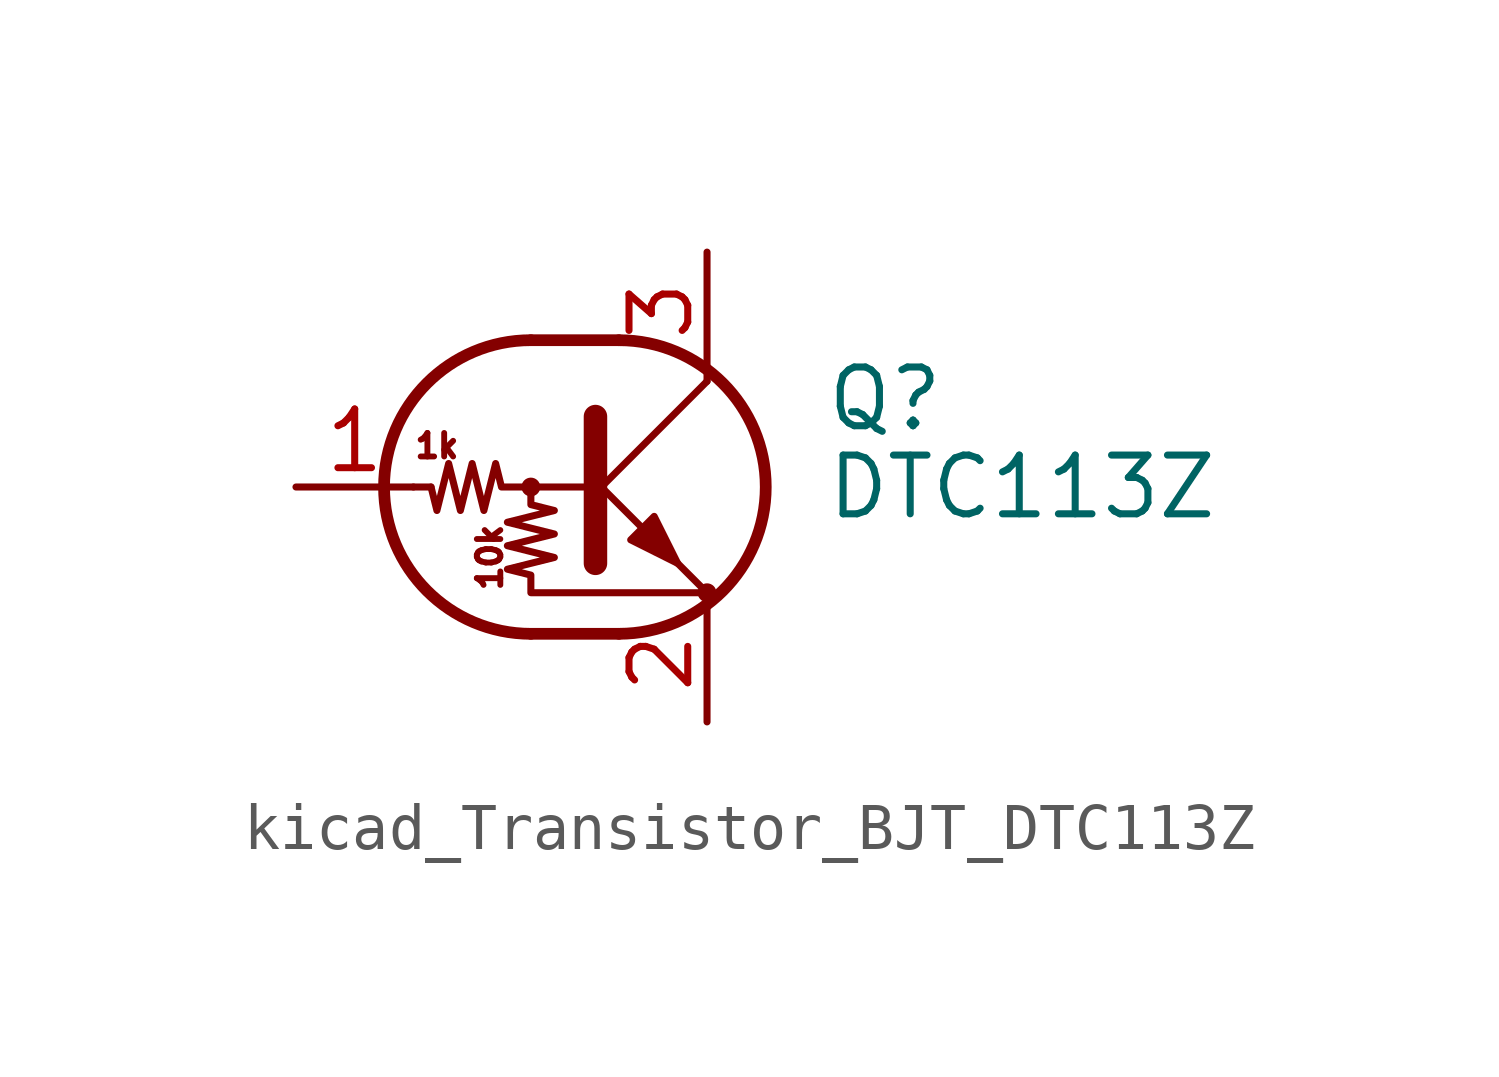
<source format=kicad_sym>
(kicad_symbol_lib
  (version 20220914)
  (generator kicad_symbol_editor)
  (symbol "kicad_Transistor_BJT_DTC113Z"
    (pin_names
      (offset 0) hide)
    (property "Reference" "Q"
      (at 5.08 1.905 0)
      (effects (font (size 1.27 1.27)) (justify left)))
    (property "Value" "DTC113Z"
      (at 5.08 0 0)
      (effects (font (size 1.27 1.27)) (justify left)))
    (symbol "kicad_Transistor_BJT_DTC113Z_0_0"
      (text "10k" (at -2.159 -1.524 900) (effects (font (size 0.508 0.508))))
      (text "1k" (at -3.302 0.889 0) (effects (font (size 0.508 0.508)))))
    (symbol "kicad_Transistor_BJT_DTC113Z_0_1"
      (circle (center -1.27 0) (radius 0.127) (stroke (width 0) (type default)) (fill (type none)))
      (arc (start -1.27 3.175) (mid -4.4312 0) (end -1.27 -3.175) (stroke (width 0.254) (type default)) (fill (type none)))
      (polyline (pts (xy -3.429 0) (xy -3.81 0)) (stroke (width 0) (type default)) (fill (type none)))
      (polyline (pts (xy -1.27 -3.175) (xy 0.635 -3.175)) (stroke (width 0.254) (type default)) (fill (type none)))
      (polyline (pts (xy -1.27 3.175) (xy 0.635 3.175)) (stroke (width 0.254) (type default)) (fill (type none)))
      (polyline (pts (xy 0 -0.254) (xy 2.54 2.286)) (stroke (width 0) (type default)) (fill (type none)))
      (polyline (pts (xy 0.127 1.524) (xy 0.127 -1.651)) (stroke (width 0.508) (type default)) (fill (type outline)))
      (polyline (pts (xy 2.54 2.286) (xy 2.54 2.54)) (stroke (width 0) (type default)) (fill (type none)))
      (polyline (pts (xy 2.54 -2.286) (xy 0 0.254) (xy 0 0.254)) (stroke (width 0) (type default)) (fill (type none)))
      (polyline (pts (xy 0.889 -1.143) (xy 1.397 -0.635) (xy 1.905 -1.651) (xy 0.889 -1.143)) (stroke (width 0) (type default)) (fill (type outline)))
      (polyline (pts (xy 0 0) (xy -1.905 0) (xy -2.032 0.508) (xy -2.286 -0.508) (xy -2.54 0.508) (xy -2.794 -0.508) (xy -3.048 0.508) (xy -3.302 -0.508) (xy -3.429 0)) (stroke (width 0) (type default)) (fill (type none)))
      (polyline (pts (xy -1.27 0) (xy -1.27 -0.381) (xy -0.762 -0.508) (xy -1.778 -0.762) (xy -0.762 -1.016) (xy -1.778 -1.27) (xy -0.762 -1.524) (xy -1.778 -1.778) (xy -1.27 -1.905) (xy -1.27 -2.286) (xy 2.54 -2.286)) (stroke (width 0) (type default)) (fill (type none)))
      (arc (start 0.635 -3.175) (mid 3.7962 0) (end 0.635 3.175) (stroke (width 0.254) (type default)) (fill (type none)))
      (circle (center 2.54 -2.286) (radius 0.127) (stroke (width 0) (type default)) (fill (type none))))
    (symbol "kicad_Transistor_BJT_DTC113Z_1_1"
      (pin input line (at -6.35 0 0) (length 2.54) (name "B" (effects (font (size 1.27 1.27)))) (number "1" (effects (font (size 1.27 1.27)))))
      (pin passive line (at 2.54 -5.08 90) (length 2.54) (name "E" (effects (font (size 1.27 1.27)))) (number "2" (effects (font (size 1.27 1.27)))))
      (pin passive line (at 2.54 5.08 270) (length 2.54) (name "C" (effects (font (size 1.27 1.27)))) (number "3" (effects (font (size 1.27 1.27))))))))
</source>
